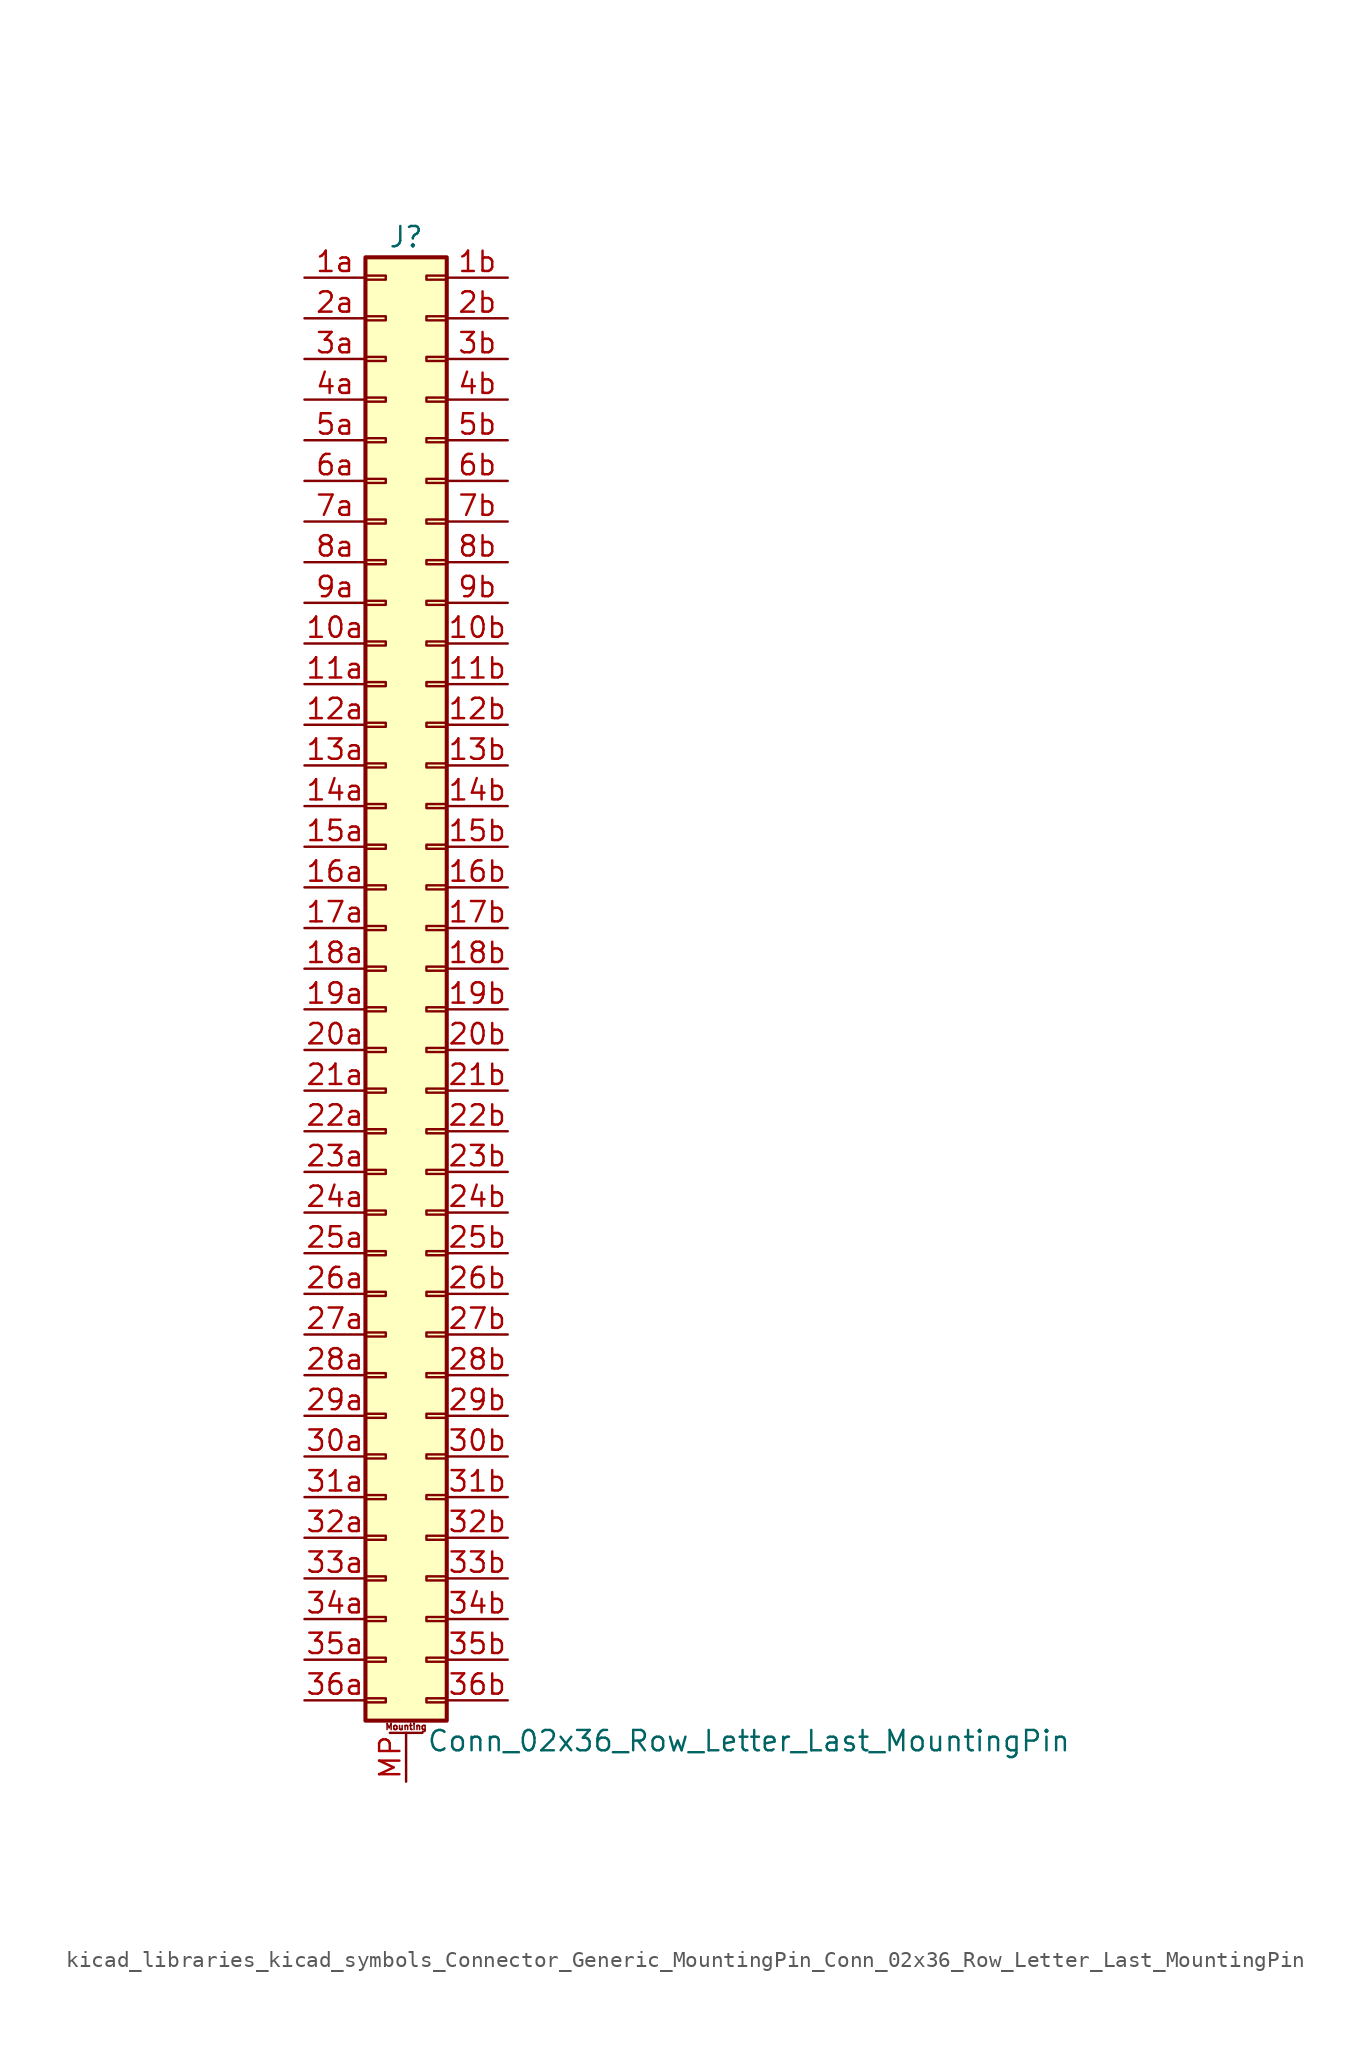
<source format=kicad_sym>
(kicad_symbol_lib
  (version 20220914)
  (generator kicad_symbol_editor)
  (symbol "kicad_libraries_kicad_symbols_Connector_Generic_MountingPin_Conn_02x36_Row_Letter_Last_MountingPin"
    (pin_names
      (offset 1.016) hide)
    (property "Reference" "J"
      (at 1.27 45.72 0)
      (effects (font (size 1.27 1.27))))
    (property "Value" "Conn_02x36_Row_Letter_Last_MountingPin"
      (at 2.54 -48.26 0)
      (effects (font (size 1.27 1.27)) (justify left)))
    (symbol "kicad_libraries_kicad_symbols_Connector_Generic_MountingPin_Conn_02x36_Row_Letter_Last_MountingPin_1_1"
      (rectangle (start -1.27 -45.593) (end 0 -45.847) (stroke (width 0.152) (type default)) (fill (type none)))
      (rectangle (start -1.27 -43.053) (end 0 -43.307) (stroke (width 0.152) (type default)) (fill (type none)))
      (rectangle (start -1.27 -40.513) (end 0 -40.767) (stroke (width 0.152) (type default)) (fill (type none)))
      (rectangle (start -1.27 -37.973) (end 0 -38.227) (stroke (width 0.152) (type default)) (fill (type none)))
      (rectangle (start -1.27 -35.433) (end 0 -35.687) (stroke (width 0.152) (type default)) (fill (type none)))
      (rectangle (start -1.27 -32.893) (end 0 -33.147) (stroke (width 0.152) (type default)) (fill (type none)))
      (rectangle (start -1.27 -30.353) (end 0 -30.607) (stroke (width 0.152) (type default)) (fill (type none)))
      (rectangle (start -1.27 -27.813) (end 0 -28.067) (stroke (width 0.152) (type default)) (fill (type none)))
      (rectangle (start -1.27 -25.273) (end 0 -25.527) (stroke (width 0.152) (type default)) (fill (type none)))
      (rectangle (start -1.27 -22.733) (end 0 -22.987) (stroke (width 0.152) (type default)) (fill (type none)))
      (rectangle (start -1.27 -20.193) (end 0 -20.447) (stroke (width 0.152) (type default)) (fill (type none)))
      (rectangle (start -1.27 -17.653) (end 0 -17.907) (stroke (width 0.152) (type default)) (fill (type none)))
      (rectangle (start -1.27 -15.113) (end 0 -15.367) (stroke (width 0.152) (type default)) (fill (type none)))
      (rectangle (start -1.27 -12.573) (end 0 -12.827) (stroke (width 0.152) (type default)) (fill (type none)))
      (rectangle (start -1.27 -10.033) (end 0 -10.287) (stroke (width 0.152) (type default)) (fill (type none)))
      (rectangle (start -1.27 -7.493) (end 0 -7.747) (stroke (width 0.152) (type default)) (fill (type none)))
      (rectangle (start -1.27 -4.953) (end 0 -5.207) (stroke (width 0.152) (type default)) (fill (type none)))
      (rectangle (start -1.27 -2.413) (end 0 -2.667) (stroke (width 0.152) (type default)) (fill (type none)))
      (rectangle (start -1.27 0.127) (end 0 -0.127) (stroke (width 0.152) (type default)) (fill (type none)))
      (rectangle (start -1.27 2.667) (end 0 2.413) (stroke (width 0.152) (type default)) (fill (type none)))
      (rectangle (start -1.27 5.207) (end 0 4.953) (stroke (width 0.152) (type default)) (fill (type none)))
      (rectangle (start -1.27 7.747) (end 0 7.493) (stroke (width 0.152) (type default)) (fill (type none)))
      (rectangle (start -1.27 10.287) (end 0 10.033) (stroke (width 0.152) (type default)) (fill (type none)))
      (rectangle (start -1.27 12.827) (end 0 12.573) (stroke (width 0.152) (type default)) (fill (type none)))
      (rectangle (start -1.27 15.367) (end 0 15.113) (stroke (width 0.152) (type default)) (fill (type none)))
      (rectangle (start -1.27 17.907) (end 0 17.653) (stroke (width 0.152) (type default)) (fill (type none)))
      (rectangle (start -1.27 20.447) (end 0 20.193) (stroke (width 0.152) (type default)) (fill (type none)))
      (rectangle (start -1.27 22.987) (end 0 22.733) (stroke (width 0.152) (type default)) (fill (type none)))
      (rectangle (start -1.27 25.527) (end 0 25.273) (stroke (width 0.152) (type default)) (fill (type none)))
      (rectangle (start -1.27 28.067) (end 0 27.813) (stroke (width 0.152) (type default)) (fill (type none)))
      (rectangle (start -1.27 30.607) (end 0 30.353) (stroke (width 0.152) (type default)) (fill (type none)))
      (rectangle (start -1.27 33.147) (end 0 32.893) (stroke (width 0.152) (type default)) (fill (type none)))
      (rectangle (start -1.27 35.687) (end 0 35.433) (stroke (width 0.152) (type default)) (fill (type none)))
      (rectangle (start -1.27 38.227) (end 0 37.973) (stroke (width 0.152) (type default)) (fill (type none)))
      (rectangle (start -1.27 40.767) (end 0 40.513) (stroke (width 0.152) (type default)) (fill (type none)))
      (rectangle (start -1.27 43.307) (end 0 43.053) (stroke (width 0.152) (type default)) (fill (type none)))
      (rectangle (start -1.27 44.45) (end 3.81 -46.99) (stroke (width 0.254) (type default)) (fill (type background)))
      (polyline (pts (xy 0.254 -47.752) (xy 2.286 -47.752)) (stroke (width 0.152) (type default)) (fill (type none)))
      (rectangle (start 3.81 -45.593) (end 2.54 -45.847) (stroke (width 0.152) (type default)) (fill (type none)))
      (rectangle (start 3.81 -43.053) (end 2.54 -43.307) (stroke (width 0.152) (type default)) (fill (type none)))
      (rectangle (start 3.81 -40.513) (end 2.54 -40.767) (stroke (width 0.152) (type default)) (fill (type none)))
      (rectangle (start 3.81 -37.973) (end 2.54 -38.227) (stroke (width 0.152) (type default)) (fill (type none)))
      (rectangle (start 3.81 -35.433) (end 2.54 -35.687) (stroke (width 0.152) (type default)) (fill (type none)))
      (rectangle (start 3.81 -32.893) (end 2.54 -33.147) (stroke (width 0.152) (type default)) (fill (type none)))
      (rectangle (start 3.81 -30.353) (end 2.54 -30.607) (stroke (width 0.152) (type default)) (fill (type none)))
      (rectangle (start 3.81 -27.813) (end 2.54 -28.067) (stroke (width 0.152) (type default)) (fill (type none)))
      (rectangle (start 3.81 -25.273) (end 2.54 -25.527) (stroke (width 0.152) (type default)) (fill (type none)))
      (rectangle (start 3.81 -22.733) (end 2.54 -22.987) (stroke (width 0.152) (type default)) (fill (type none)))
      (rectangle (start 3.81 -20.193) (end 2.54 -20.447) (stroke (width 0.152) (type default)) (fill (type none)))
      (rectangle (start 3.81 -17.653) (end 2.54 -17.907) (stroke (width 0.152) (type default)) (fill (type none)))
      (rectangle (start 3.81 -15.113) (end 2.54 -15.367) (stroke (width 0.152) (type default)) (fill (type none)))
      (rectangle (start 3.81 -12.573) (end 2.54 -12.827) (stroke (width 0.152) (type default)) (fill (type none)))
      (rectangle (start 3.81 -10.033) (end 2.54 -10.287) (stroke (width 0.152) (type default)) (fill (type none)))
      (rectangle (start 3.81 -7.493) (end 2.54 -7.747) (stroke (width 0.152) (type default)) (fill (type none)))
      (rectangle (start 3.81 -4.953) (end 2.54 -5.207) (stroke (width 0.152) (type default)) (fill (type none)))
      (rectangle (start 3.81 -2.413) (end 2.54 -2.667) (stroke (width 0.152) (type default)) (fill (type none)))
      (rectangle (start 3.81 0.127) (end 2.54 -0.127) (stroke (width 0.152) (type default)) (fill (type none)))
      (rectangle (start 3.81 2.667) (end 2.54 2.413) (stroke (width 0.152) (type default)) (fill (type none)))
      (rectangle (start 3.81 5.207) (end 2.54 4.953) (stroke (width 0.152) (type default)) (fill (type none)))
      (rectangle (start 3.81 7.747) (end 2.54 7.493) (stroke (width 0.152) (type default)) (fill (type none)))
      (rectangle (start 3.81 10.287) (end 2.54 10.033) (stroke (width 0.152) (type default)) (fill (type none)))
      (rectangle (start 3.81 12.827) (end 2.54 12.573) (stroke (width 0.152) (type default)) (fill (type none)))
      (rectangle (start 3.81 15.367) (end 2.54 15.113) (stroke (width 0.152) (type default)) (fill (type none)))
      (rectangle (start 3.81 17.907) (end 2.54 17.653) (stroke (width 0.152) (type default)) (fill (type none)))
      (rectangle (start 3.81 20.447) (end 2.54 20.193) (stroke (width 0.152) (type default)) (fill (type none)))
      (rectangle (start 3.81 22.987) (end 2.54 22.733) (stroke (width 0.152) (type default)) (fill (type none)))
      (rectangle (start 3.81 25.527) (end 2.54 25.273) (stroke (width 0.152) (type default)) (fill (type none)))
      (rectangle (start 3.81 28.067) (end 2.54 27.813) (stroke (width 0.152) (type default)) (fill (type none)))
      (rectangle (start 3.81 30.607) (end 2.54 30.353) (stroke (width 0.152) (type default)) (fill (type none)))
      (rectangle (start 3.81 33.147) (end 2.54 32.893) (stroke (width 0.152) (type default)) (fill (type none)))
      (rectangle (start 3.81 35.687) (end 2.54 35.433) (stroke (width 0.152) (type default)) (fill (type none)))
      (rectangle (start 3.81 38.227) (end 2.54 37.973) (stroke (width 0.152) (type default)) (fill (type none)))
      (rectangle (start 3.81 40.767) (end 2.54 40.513) (stroke (width 0.152) (type default)) (fill (type none)))
      (rectangle (start 3.81 43.307) (end 2.54 43.053) (stroke (width 0.152) (type default)) (fill (type none)))
      (text "Mounting" (at 1.27 -47.371 0) (effects (font (size 0.381 0.381))))
      (pin passive line (at -5.08 20.32 0) (length 3.81) (name "Pin_10a" (effects (font (size 1.27 1.27)))) (number "10a" (effects (font (size 1.27 1.27)))))
      (pin passive line (at 7.62 20.32 180) (length 3.81) (name "Pin_10b" (effects (font (size 1.27 1.27)))) (number "10b" (effects (font (size 1.27 1.27)))))
      (pin passive line (at -5.08 17.78 0) (length 3.81) (name "Pin_11a" (effects (font (size 1.27 1.27)))) (number "11a" (effects (font (size 1.27 1.27)))))
      (pin passive line (at 7.62 17.78 180) (length 3.81) (name "Pin_11b" (effects (font (size 1.27 1.27)))) (number "11b" (effects (font (size 1.27 1.27)))))
      (pin passive line (at -5.08 15.24 0) (length 3.81) (name "Pin_12a" (effects (font (size 1.27 1.27)))) (number "12a" (effects (font (size 1.27 1.27)))))
      (pin passive line (at 7.62 15.24 180) (length 3.81) (name "Pin_12b" (effects (font (size 1.27 1.27)))) (number "12b" (effects (font (size 1.27 1.27)))))
      (pin passive line (at -5.08 12.7 0) (length 3.81) (name "Pin_13a" (effects (font (size 1.27 1.27)))) (number "13a" (effects (font (size 1.27 1.27)))))
      (pin passive line (at 7.62 12.7 180) (length 3.81) (name "Pin_13b" (effects (font (size 1.27 1.27)))) (number "13b" (effects (font (size 1.27 1.27)))))
      (pin passive line (at -5.08 10.16 0) (length 3.81) (name "Pin_14a" (effects (font (size 1.27 1.27)))) (number "14a" (effects (font (size 1.27 1.27)))))
      (pin passive line (at 7.62 10.16 180) (length 3.81) (name "Pin_14b" (effects (font (size 1.27 1.27)))) (number "14b" (effects (font (size 1.27 1.27)))))
      (pin passive line (at -5.08 7.62 0) (length 3.81) (name "Pin_15a" (effects (font (size 1.27 1.27)))) (number "15a" (effects (font (size 1.27 1.27)))))
      (pin passive line (at 7.62 7.62 180) (length 3.81) (name "Pin_15b" (effects (font (size 1.27 1.27)))) (number "15b" (effects (font (size 1.27 1.27)))))
      (pin passive line (at -5.08 5.08 0) (length 3.81) (name "Pin_16a" (effects (font (size 1.27 1.27)))) (number "16a" (effects (font (size 1.27 1.27)))))
      (pin passive line (at 7.62 5.08 180) (length 3.81) (name "Pin_16b" (effects (font (size 1.27 1.27)))) (number "16b" (effects (font (size 1.27 1.27)))))
      (pin passive line (at -5.08 2.54 0) (length 3.81) (name "Pin_17a" (effects (font (size 1.27 1.27)))) (number "17a" (effects (font (size 1.27 1.27)))))
      (pin passive line (at 7.62 2.54 180) (length 3.81) (name "Pin_17b" (effects (font (size 1.27 1.27)))) (number "17b" (effects (font (size 1.27 1.27)))))
      (pin passive line (at -5.08 0 0) (length 3.81) (name "Pin_18a" (effects (font (size 1.27 1.27)))) (number "18a" (effects (font (size 1.27 1.27)))))
      (pin passive line (at 7.62 0 180) (length 3.81) (name "Pin_18b" (effects (font (size 1.27 1.27)))) (number "18b" (effects (font (size 1.27 1.27)))))
      (pin passive line (at -5.08 -2.54 0) (length 3.81) (name "Pin_19a" (effects (font (size 1.27 1.27)))) (number "19a" (effects (font (size 1.27 1.27)))))
      (pin passive line (at 7.62 -2.54 180) (length 3.81) (name "Pin_19b" (effects (font (size 1.27 1.27)))) (number "19b" (effects (font (size 1.27 1.27)))))
      (pin passive line (at -5.08 43.18 0) (length 3.81) (name "Pin_1a" (effects (font (size 1.27 1.27)))) (number "1a" (effects (font (size 1.27 1.27)))))
      (pin passive line (at 7.62 43.18 180) (length 3.81) (name "Pin_1b" (effects (font (size 1.27 1.27)))) (number "1b" (effects (font (size 1.27 1.27)))))
      (pin passive line (at -5.08 -5.08 0) (length 3.81) (name "Pin_20a" (effects (font (size 1.27 1.27)))) (number "20a" (effects (font (size 1.27 1.27)))))
      (pin passive line (at 7.62 -5.08 180) (length 3.81) (name "Pin_20b" (effects (font (size 1.27 1.27)))) (number "20b" (effects (font (size 1.27 1.27)))))
      (pin passive line (at -5.08 -7.62 0) (length 3.81) (name "Pin_21a" (effects (font (size 1.27 1.27)))) (number "21a" (effects (font (size 1.27 1.27)))))
      (pin passive line (at 7.62 -7.62 180) (length 3.81) (name "Pin_21b" (effects (font (size 1.27 1.27)))) (number "21b" (effects (font (size 1.27 1.27)))))
      (pin passive line (at -5.08 -10.16 0) (length 3.81) (name "Pin_22a" (effects (font (size 1.27 1.27)))) (number "22a" (effects (font (size 1.27 1.27)))))
      (pin passive line (at 7.62 -10.16 180) (length 3.81) (name "Pin_22b" (effects (font (size 1.27 1.27)))) (number "22b" (effects (font (size 1.27 1.27)))))
      (pin passive line (at -5.08 -12.7 0) (length 3.81) (name "Pin_23a" (effects (font (size 1.27 1.27)))) (number "23a" (effects (font (size 1.27 1.27)))))
      (pin passive line (at 7.62 -12.7 180) (length 3.81) (name "Pin_23b" (effects (font (size 1.27 1.27)))) (number "23b" (effects (font (size 1.27 1.27)))))
      (pin passive line (at -5.08 -15.24 0) (length 3.81) (name "Pin_24a" (effects (font (size 1.27 1.27)))) (number "24a" (effects (font (size 1.27 1.27)))))
      (pin passive line (at 7.62 -15.24 180) (length 3.81) (name "Pin_24b" (effects (font (size 1.27 1.27)))) (number "24b" (effects (font (size 1.27 1.27)))))
      (pin passive line (at -5.08 -17.78 0) (length 3.81) (name "Pin_25a" (effects (font (size 1.27 1.27)))) (number "25a" (effects (font (size 1.27 1.27)))))
      (pin passive line (at 7.62 -17.78 180) (length 3.81) (name "Pin_25b" (effects (font (size 1.27 1.27)))) (number "25b" (effects (font (size 1.27 1.27)))))
      (pin passive line (at -5.08 -20.32 0) (length 3.81) (name "Pin_26a" (effects (font (size 1.27 1.27)))) (number "26a" (effects (font (size 1.27 1.27)))))
      (pin passive line (at 7.62 -20.32 180) (length 3.81) (name "Pin_26b" (effects (font (size 1.27 1.27)))) (number "26b" (effects (font (size 1.27 1.27)))))
      (pin passive line (at -5.08 -22.86 0) (length 3.81) (name "Pin_27a" (effects (font (size 1.27 1.27)))) (number "27a" (effects (font (size 1.27 1.27)))))
      (pin passive line (at 7.62 -22.86 180) (length 3.81) (name "Pin_27b" (effects (font (size 1.27 1.27)))) (number "27b" (effects (font (size 1.27 1.27)))))
      (pin passive line (at -5.08 -25.4 0) (length 3.81) (name "Pin_28a" (effects (font (size 1.27 1.27)))) (number "28a" (effects (font (size 1.27 1.27)))))
      (pin passive line (at 7.62 -25.4 180) (length 3.81) (name "Pin_28b" (effects (font (size 1.27 1.27)))) (number "28b" (effects (font (size 1.27 1.27)))))
      (pin passive line (at -5.08 -27.94 0) (length 3.81) (name "Pin_29a" (effects (font (size 1.27 1.27)))) (number "29a" (effects (font (size 1.27 1.27)))))
      (pin passive line (at 7.62 -27.94 180) (length 3.81) (name "Pin_29b" (effects (font (size 1.27 1.27)))) (number "29b" (effects (font (size 1.27 1.27)))))
      (pin passive line (at -5.08 40.64 0) (length 3.81) (name "Pin_2a" (effects (font (size 1.27 1.27)))) (number "2a" (effects (font (size 1.27 1.27)))))
      (pin passive line (at 7.62 40.64 180) (length 3.81) (name "Pin_2b" (effects (font (size 1.27 1.27)))) (number "2b" (effects (font (size 1.27 1.27)))))
      (pin passive line (at -5.08 -30.48 0) (length 3.81) (name "Pin_30a" (effects (font (size 1.27 1.27)))) (number "30a" (effects (font (size 1.27 1.27)))))
      (pin passive line (at 7.62 -30.48 180) (length 3.81) (name "Pin_30b" (effects (font (size 1.27 1.27)))) (number "30b" (effects (font (size 1.27 1.27)))))
      (pin passive line (at -5.08 -33.02 0) (length 3.81) (name "Pin_31a" (effects (font (size 1.27 1.27)))) (number "31a" (effects (font (size 1.27 1.27)))))
      (pin passive line (at 7.62 -33.02 180) (length 3.81) (name "Pin_31b" (effects (font (size 1.27 1.27)))) (number "31b" (effects (font (size 1.27 1.27)))))
      (pin passive line (at -5.08 -35.56 0) (length 3.81) (name "Pin_32a" (effects (font (size 1.27 1.27)))) (number "32a" (effects (font (size 1.27 1.27)))))
      (pin passive line (at 7.62 -35.56 180) (length 3.81) (name "Pin_32b" (effects (font (size 1.27 1.27)))) (number "32b" (effects (font (size 1.27 1.27)))))
      (pin passive line (at -5.08 -38.1 0) (length 3.81) (name "Pin_33a" (effects (font (size 1.27 1.27)))) (number "33a" (effects (font (size 1.27 1.27)))))
      (pin passive line (at 7.62 -38.1 180) (length 3.81) (name "Pin_33b" (effects (font (size 1.27 1.27)))) (number "33b" (effects (font (size 1.27 1.27)))))
      (pin passive line (at -5.08 -40.64 0) (length 3.81) (name "Pin_34a" (effects (font (size 1.27 1.27)))) (number "34a" (effects (font (size 1.27 1.27)))))
      (pin passive line (at 7.62 -40.64 180) (length 3.81) (name "Pin_34b" (effects (font (size 1.27 1.27)))) (number "34b" (effects (font (size 1.27 1.27)))))
      (pin passive line (at -5.08 -43.18 0) (length 3.81) (name "Pin_35a" (effects (font (size 1.27 1.27)))) (number "35a" (effects (font (size 1.27 1.27)))))
      (pin passive line (at 7.62 -43.18 180) (length 3.81) (name "Pin_35b" (effects (font (size 1.27 1.27)))) (number "35b" (effects (font (size 1.27 1.27)))))
      (pin passive line (at -5.08 -45.72 0) (length 3.81) (name "Pin_36a" (effects (font (size 1.27 1.27)))) (number "36a" (effects (font (size 1.27 1.27)))))
      (pin passive line (at 7.62 -45.72 180) (length 3.81) (name "Pin_36b" (effects (font (size 1.27 1.27)))) (number "36b" (effects (font (size 1.27 1.27)))))
      (pin passive line (at -5.08 38.1 0) (length 3.81) (name "Pin_3a" (effects (font (size 1.27 1.27)))) (number "3a" (effects (font (size 1.27 1.27)))))
      (pin passive line (at 7.62 38.1 180) (length 3.81) (name "Pin_3b" (effects (font (size 1.27 1.27)))) (number "3b" (effects (font (size 1.27 1.27)))))
      (pin passive line (at -5.08 35.56 0) (length 3.81) (name "Pin_4a" (effects (font (size 1.27 1.27)))) (number "4a" (effects (font (size 1.27 1.27)))))
      (pin passive line (at 7.62 35.56 180) (length 3.81) (name "Pin_4b" (effects (font (size 1.27 1.27)))) (number "4b" (effects (font (size 1.27 1.27)))))
      (pin passive line (at -5.08 33.02 0) (length 3.81) (name "Pin_5a" (effects (font (size 1.27 1.27)))) (number "5a" (effects (font (size 1.27 1.27)))))
      (pin passive line (at 7.62 33.02 180) (length 3.81) (name "Pin_5b" (effects (font (size 1.27 1.27)))) (number "5b" (effects (font (size 1.27 1.27)))))
      (pin passive line (at -5.08 30.48 0) (length 3.81) (name "Pin_6a" (effects (font (size 1.27 1.27)))) (number "6a" (effects (font (size 1.27 1.27)))))
      (pin passive line (at 7.62 30.48 180) (length 3.81) (name "Pin_6b" (effects (font (size 1.27 1.27)))) (number "6b" (effects (font (size 1.27 1.27)))))
      (pin passive line (at -5.08 27.94 0) (length 3.81) (name "Pin_7a" (effects (font (size 1.27 1.27)))) (number "7a" (effects (font (size 1.27 1.27)))))
      (pin passive line (at 7.62 27.94 180) (length 3.81) (name "Pin_7b" (effects (font (size 1.27 1.27)))) (number "7b" (effects (font (size 1.27 1.27)))))
      (pin passive line (at -5.08 25.4 0) (length 3.81) (name "Pin_8a" (effects (font (size 1.27 1.27)))) (number "8a" (effects (font (size 1.27 1.27)))))
      (pin passive line (at 7.62 25.4 180) (length 3.81) (name "Pin_8b" (effects (font (size 1.27 1.27)))) (number "8b" (effects (font (size 1.27 1.27)))))
      (pin passive line (at -5.08 22.86 0) (length 3.81) (name "Pin_9a" (effects (font (size 1.27 1.27)))) (number "9a" (effects (font (size 1.27 1.27)))))
      (pin passive line (at 7.62 22.86 180) (length 3.81) (name "Pin_9b" (effects (font (size 1.27 1.27)))) (number "9b" (effects (font (size 1.27 1.27)))))
      (pin passive line (at 1.27 -50.8 90) (length 3.048) (name "MountPin" (effects (font (size 1.27 1.27)))) (number "MP" (effects (font (size 1.27 1.27))))))))
</source>
